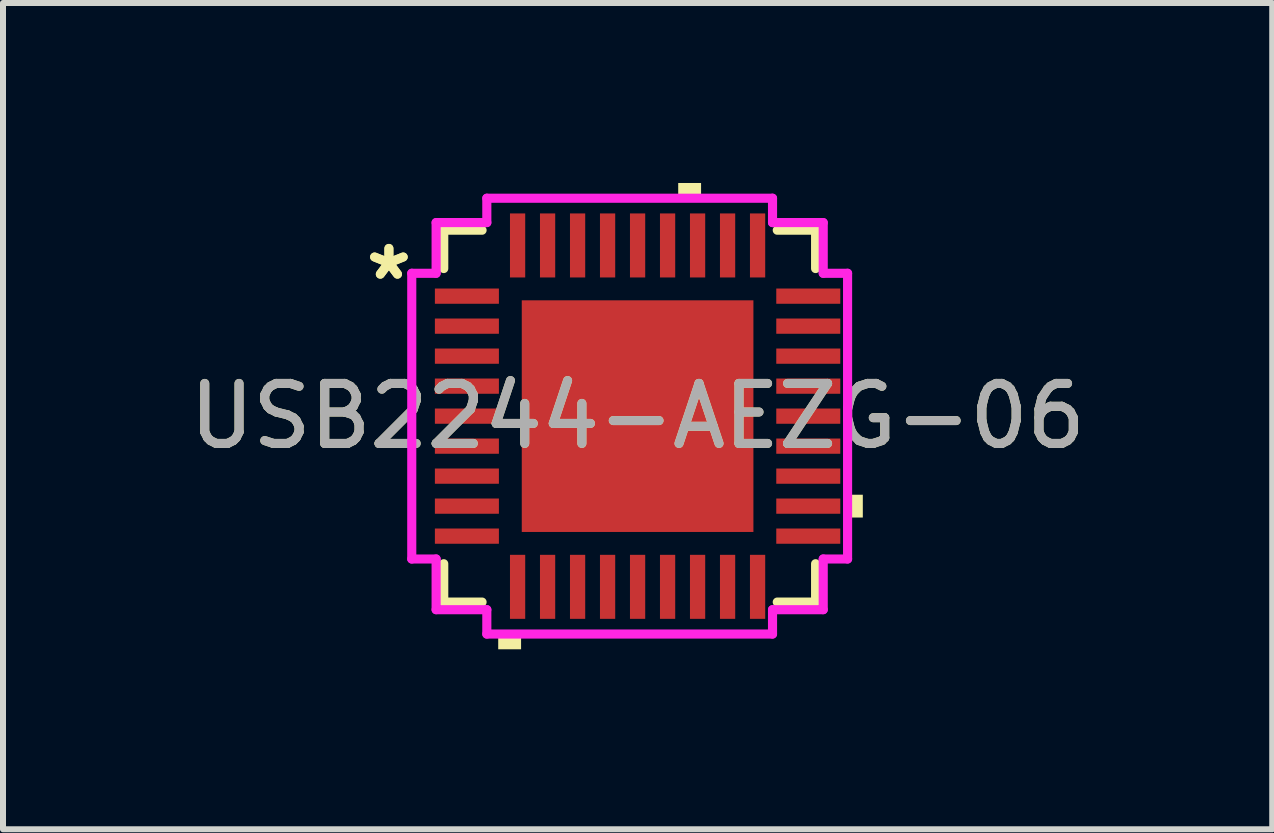
<source format=kicad_pcb>
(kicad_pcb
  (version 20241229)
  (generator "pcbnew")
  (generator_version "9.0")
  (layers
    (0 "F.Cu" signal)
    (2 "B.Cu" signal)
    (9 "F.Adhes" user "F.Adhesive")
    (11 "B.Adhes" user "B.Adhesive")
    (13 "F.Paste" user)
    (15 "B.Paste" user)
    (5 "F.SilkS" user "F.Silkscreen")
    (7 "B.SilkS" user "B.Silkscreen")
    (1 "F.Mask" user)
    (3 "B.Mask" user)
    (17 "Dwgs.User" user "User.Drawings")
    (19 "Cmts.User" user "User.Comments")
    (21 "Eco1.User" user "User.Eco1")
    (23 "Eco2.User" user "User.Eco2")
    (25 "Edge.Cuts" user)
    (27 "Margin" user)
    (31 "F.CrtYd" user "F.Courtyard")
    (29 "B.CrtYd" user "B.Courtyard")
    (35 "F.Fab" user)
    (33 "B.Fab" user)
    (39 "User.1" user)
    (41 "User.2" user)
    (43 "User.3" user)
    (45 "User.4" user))
  (footprint "USB2244-AEZG-06"
    (layer "F.Cu")
    (at 7.577 3.886)
    (property "Reference" "USB2244-AEZG-06" (at 0 0 0) (unlocked yes) (layer "F.SilkS") (effects (font (size 1 1) (thickness 0.15))))
    (attr smd)
    (fp_line (start -3.231 -3.099) (end -3.231 -2.46) (stroke (width 0.152) (type solid)) (layer "F.SilkS"))
    (fp_line (start -3.231 2.46) (end -3.231 3.099) (stroke (width 0.152) (type solid)) (layer "F.SilkS"))
    (fp_line (start -3.231 3.099) (end -2.592 3.099) (stroke (width 0.152) (type solid)) (layer "F.SilkS"))
    (fp_line (start -2.592 -3.099) (end -3.231 -3.099) (stroke (width 0.152) (type solid)) (layer "F.SilkS"))
    (fp_line (start 2.328 3.099) (end 2.967 3.099) (stroke (width 0.152) (type solid)) (layer "F.SilkS"))
    (fp_line (start 2.967 -3.099) (end 2.328 -3.099) (stroke (width 0.152) (type solid)) (layer "F.SilkS"))
    (fp_line (start 2.967 -2.46) (end 2.967 -3.099) (stroke (width 0.152) (type solid)) (layer "F.SilkS"))
    (fp_line (start 2.967 3.099) (end 2.967 2.46) (stroke (width 0.152) (type solid)) (layer "F.SilkS"))
    (fp_poly (pts (xy -2.323 3.632) (xy -2.323 3.886) (xy -1.942 3.886) (xy -1.942 3.632)) (stroke (width 0) (type solid)) (fill yes) (layer "F.SilkS"))
    (fp_poly (pts (xy 0.677 -3.632) (xy 0.677 -3.886) (xy 1.058 -3.886) (xy 1.058 -3.632)) (stroke (width 0) (type solid)) (fill yes) (layer "F.SilkS"))
    (fp_poly (pts (xy 3.754 1.31) (xy 3.754 1.69) (xy 3.5 1.69) (xy 3.5 1.31)) (stroke (width 0) (type solid)) (fill yes) (layer "F.SilkS"))
    (fp_line (start -3.764 -2.381) (end -3.358 -2.381) (stroke (width 0.152) (type solid)) (layer "F.CrtYd"))
    (fp_line (start -3.764 2.381) (end -3.764 -2.381) (stroke (width 0.152) (type solid)) (layer "F.CrtYd"))
    (fp_line (start -3.358 -3.226) (end -2.513 -3.226) (stroke (width 0.152) (type solid)) (layer "F.CrtYd"))
    (fp_line (start -3.358 -2.381) (end -3.358 -3.226) (stroke (width 0.152) (type solid)) (layer "F.CrtYd"))
    (fp_line (start -3.358 2.381) (end -3.764 2.381) (stroke (width 0.152) (type solid)) (layer "F.CrtYd"))
    (fp_line (start -3.358 3.226) (end -3.358 2.381) (stroke (width 0.152) (type solid)) (layer "F.CrtYd"))
    (fp_line (start -2.513 -3.632) (end 2.249 -3.632) (stroke (width 0.152) (type solid)) (layer "F.CrtYd"))
    (fp_line (start -2.513 -3.226) (end -2.513 -3.632) (stroke (width 0.152) (type solid)) (layer "F.CrtYd"))
    (fp_line (start -2.513 3.226) (end -3.358 3.226) (stroke (width 0.152) (type solid)) (layer "F.CrtYd"))
    (fp_line (start -2.513 3.632) (end -2.513 3.226) (stroke (width 0.152) (type solid)) (layer "F.CrtYd"))
    (fp_line (start 2.249 -3.632) (end 2.249 -3.226) (stroke (width 0.152) (type solid)) (layer "F.CrtYd"))
    (fp_line (start 2.249 -3.226) (end 3.094 -3.226) (stroke (width 0.152) (type solid)) (layer "F.CrtYd"))
    (fp_line (start 2.249 3.226) (end 2.249 3.632) (stroke (width 0.152) (type solid)) (layer "F.CrtYd"))
    (fp_line (start 2.249 3.632) (end -2.513 3.632) (stroke (width 0.152) (type solid)) (layer "F.CrtYd"))
    (fp_line (start 3.094 -3.226) (end 3.094 -2.381) (stroke (width 0.152) (type solid)) (layer "F.CrtYd"))
    (fp_line (start 3.094 -2.381) (end 3.5 -2.381) (stroke (width 0.152) (type solid)) (layer "F.CrtYd"))
    (fp_line (start 3.094 2.381) (end 3.094 3.226) (stroke (width 0.152) (type solid)) (layer "F.CrtYd"))
    (fp_line (start 3.094 3.226) (end 2.249 3.226) (stroke (width 0.152) (type solid)) (layer "F.CrtYd"))
    (fp_line (start 3.5 -2.381) (end 3.5 2.381) (stroke (width 0.152) (type solid)) (layer "F.CrtYd"))
    (fp_line (start 3.5 2.381) (end 3.094 2.381) (stroke (width 0.152) (type solid)) (layer "F.CrtYd"))
    (fp_text user "*" (at -4.145 -2.25 0) (unlocked yes) (layer "F.SilkS") (effects (font (size 1 1) (thickness 0.15))))
    (fp_text user "*" (at -4.145 -2.25 0) (layer "F.SilkS") (effects (font (size 1 1) (thickness 0.15))))
    (fp_text user "${REFERENCE}" (at 0 0 0) (unlocked yes) (layer "Eco1.User") (effects (font (size 1 1) (thickness 0.15))))
    (fp_text user "${REFERENCE}" (at 0 0 0) (unlocked yes) (layer "F.Fab") (effects (font (size 1 1) (thickness 0.15))))
    (pad "1" smd rect (at -2.845 -2 90) (size 0.254 1.067) (layers "F.Cu" "F.Mask" "F.Paste"))
    (pad "2" smd rect (at -2.845 -1.5 90) (size 0.254 1.067) (layers "F.Cu" "F.Mask" "F.Paste"))
    (pad "3" smd rect (at -2.845 -1 90) (size 0.254 1.067) (layers "F.Cu" "F.Mask" "F.Paste"))
    (pad "4" smd rect (at -2.845 -0.5 90) (size 0.254 1.067) (layers "F.Cu" "F.Mask" "F.Paste"))
    (pad "5" smd rect (at -2.845 0 90) (size 0.254 1.067) (layers "F.Cu" "F.Mask" "F.Paste"))
    (pad "6" smd rect (at -2.845 0.5 90) (size 0.254 1.067) (layers "F.Cu" "F.Mask" "F.Paste"))
    (pad "7" smd rect (at -2.845 1 90) (size 0.254 1.067) (layers "F.Cu" "F.Mask" "F.Paste"))
    (pad "8" smd rect (at -2.845 1.5 90) (size 0.254 1.067) (layers "F.Cu" "F.Mask" "F.Paste"))
    (pad "9" smd rect (at -2.845 2 90) (size 0.254 1.067) (layers "F.Cu" "F.Mask" "F.Paste"))
    (pad "10" smd rect (at -2 2.845) (size 0.254 1.067) (layers "F.Cu" "F.Mask" "F.Paste"))
    (pad "11" smd rect (at -1.5 2.845) (size 0.254 1.067) (layers "F.Cu" "F.Mask" "F.Paste"))
    (pad "12" smd rect (at -1 2.845) (size 0.254 1.067) (layers "F.Cu" "F.Mask" "F.Paste"))
    (pad "13" smd rect (at -0.5 2.845) (size 0.254 1.067) (layers "F.Cu" "F.Mask" "F.Paste"))
    (pad "14" smd rect (at 0 2.845) (size 0.254 1.067) (layers "F.Cu" "F.Mask" "F.Paste"))
    (pad "15" smd rect (at 0.5 2.845) (size 0.254 1.067) (layers "F.Cu" "F.Mask" "F.Paste"))
    (pad "16" smd rect (at 1 2.845) (size 0.254 1.067) (layers "F.Cu" "F.Mask" "F.Paste"))
    (pad "17" smd rect (at 1.5 2.845) (size 0.254 1.067) (layers "F.Cu" "F.Mask" "F.Paste"))
    (pad "18" smd rect (at 2 2.845) (size 0.254 1.067) (layers "F.Cu" "F.Mask" "F.Paste"))
    (pad "19" smd rect (at 2.845 2 90) (size 0.254 1.067) (layers "F.Cu" "F.Mask" "F.Paste"))
    (pad "20" smd rect (at 2.845 1.5 90) (size 0.254 1.067) (layers "F.Cu" "F.Mask" "F.Paste"))
    (pad "21" smd rect (at 2.845 1 90) (size 0.254 1.067) (layers "F.Cu" "F.Mask" "F.Paste"))
    (pad "22" smd rect (at 2.845 0.5 90) (size 0.254 1.067) (layers "F.Cu" "F.Mask" "F.Paste"))
    (pad "23" smd rect (at 2.845 0 90) (size 0.254 1.067) (layers "F.Cu" "F.Mask" "F.Paste"))
    (pad "24" smd rect (at 2.845 -0.5 90) (size 0.254 1.067) (layers "F.Cu" "F.Mask" "F.Paste"))
    (pad "25" smd rect (at 2.845 -1 90) (size 0.254 1.067) (layers "F.Cu" "F.Mask" "F.Paste"))
    (pad "26" smd rect (at 2.845 -1.5 90) (size 0.254 1.067) (layers "F.Cu" "F.Mask" "F.Paste"))
    (pad "27" smd rect (at 2.845 -2 90) (size 0.254 1.067) (layers "F.Cu" "F.Mask" "F.Paste"))
    (pad "28" smd rect (at 2 -2.845) (size 0.254 1.067) (layers "F.Cu" "F.Mask" "F.Paste"))
    (pad "29" smd rect (at 1.5 -2.845) (size 0.254 1.067) (layers "F.Cu" "F.Mask" "F.Paste"))
    (pad "30" smd rect (at 1 -2.845) (size 0.254 1.067) (layers "F.Cu" "F.Mask" "F.Paste"))
    (pad "31" smd rect (at 0.5 -2.845) (size 0.254 1.067) (layers "F.Cu" "F.Mask" "F.Paste"))
    (pad "32" smd rect (at 0 -2.845) (size 0.254 1.067) (layers "F.Cu" "F.Mask" "F.Paste"))
    (pad "33" smd rect (at -0.5 -2.845) (size 0.254 1.067) (layers "F.Cu" "F.Mask" "F.Paste"))
    (pad "34" smd rect (at -1 -2.845) (size 0.254 1.067) (layers "F.Cu" "F.Mask" "F.Paste"))
    (pad "35" smd rect (at -1.5 -2.845) (size 0.254 1.067) (layers "F.Cu" "F.Mask" "F.Paste"))
    (pad "36" smd rect (at -2 -2.845) (size 0.254 1.067) (layers "F.Cu" "F.Mask" "F.Paste"))
    (pad "37" smd rect (at 0 0) (size 3.861 3.861) (layers "F.Cu" "F.Mask" "F.Paste")))
  (gr_rect
    (start -3 -3)
    (end 18.155 10.772)
    (stroke (width 0.1) (type default))
    (fill no)
    (layer "Edge.Cuts")))
</source>
